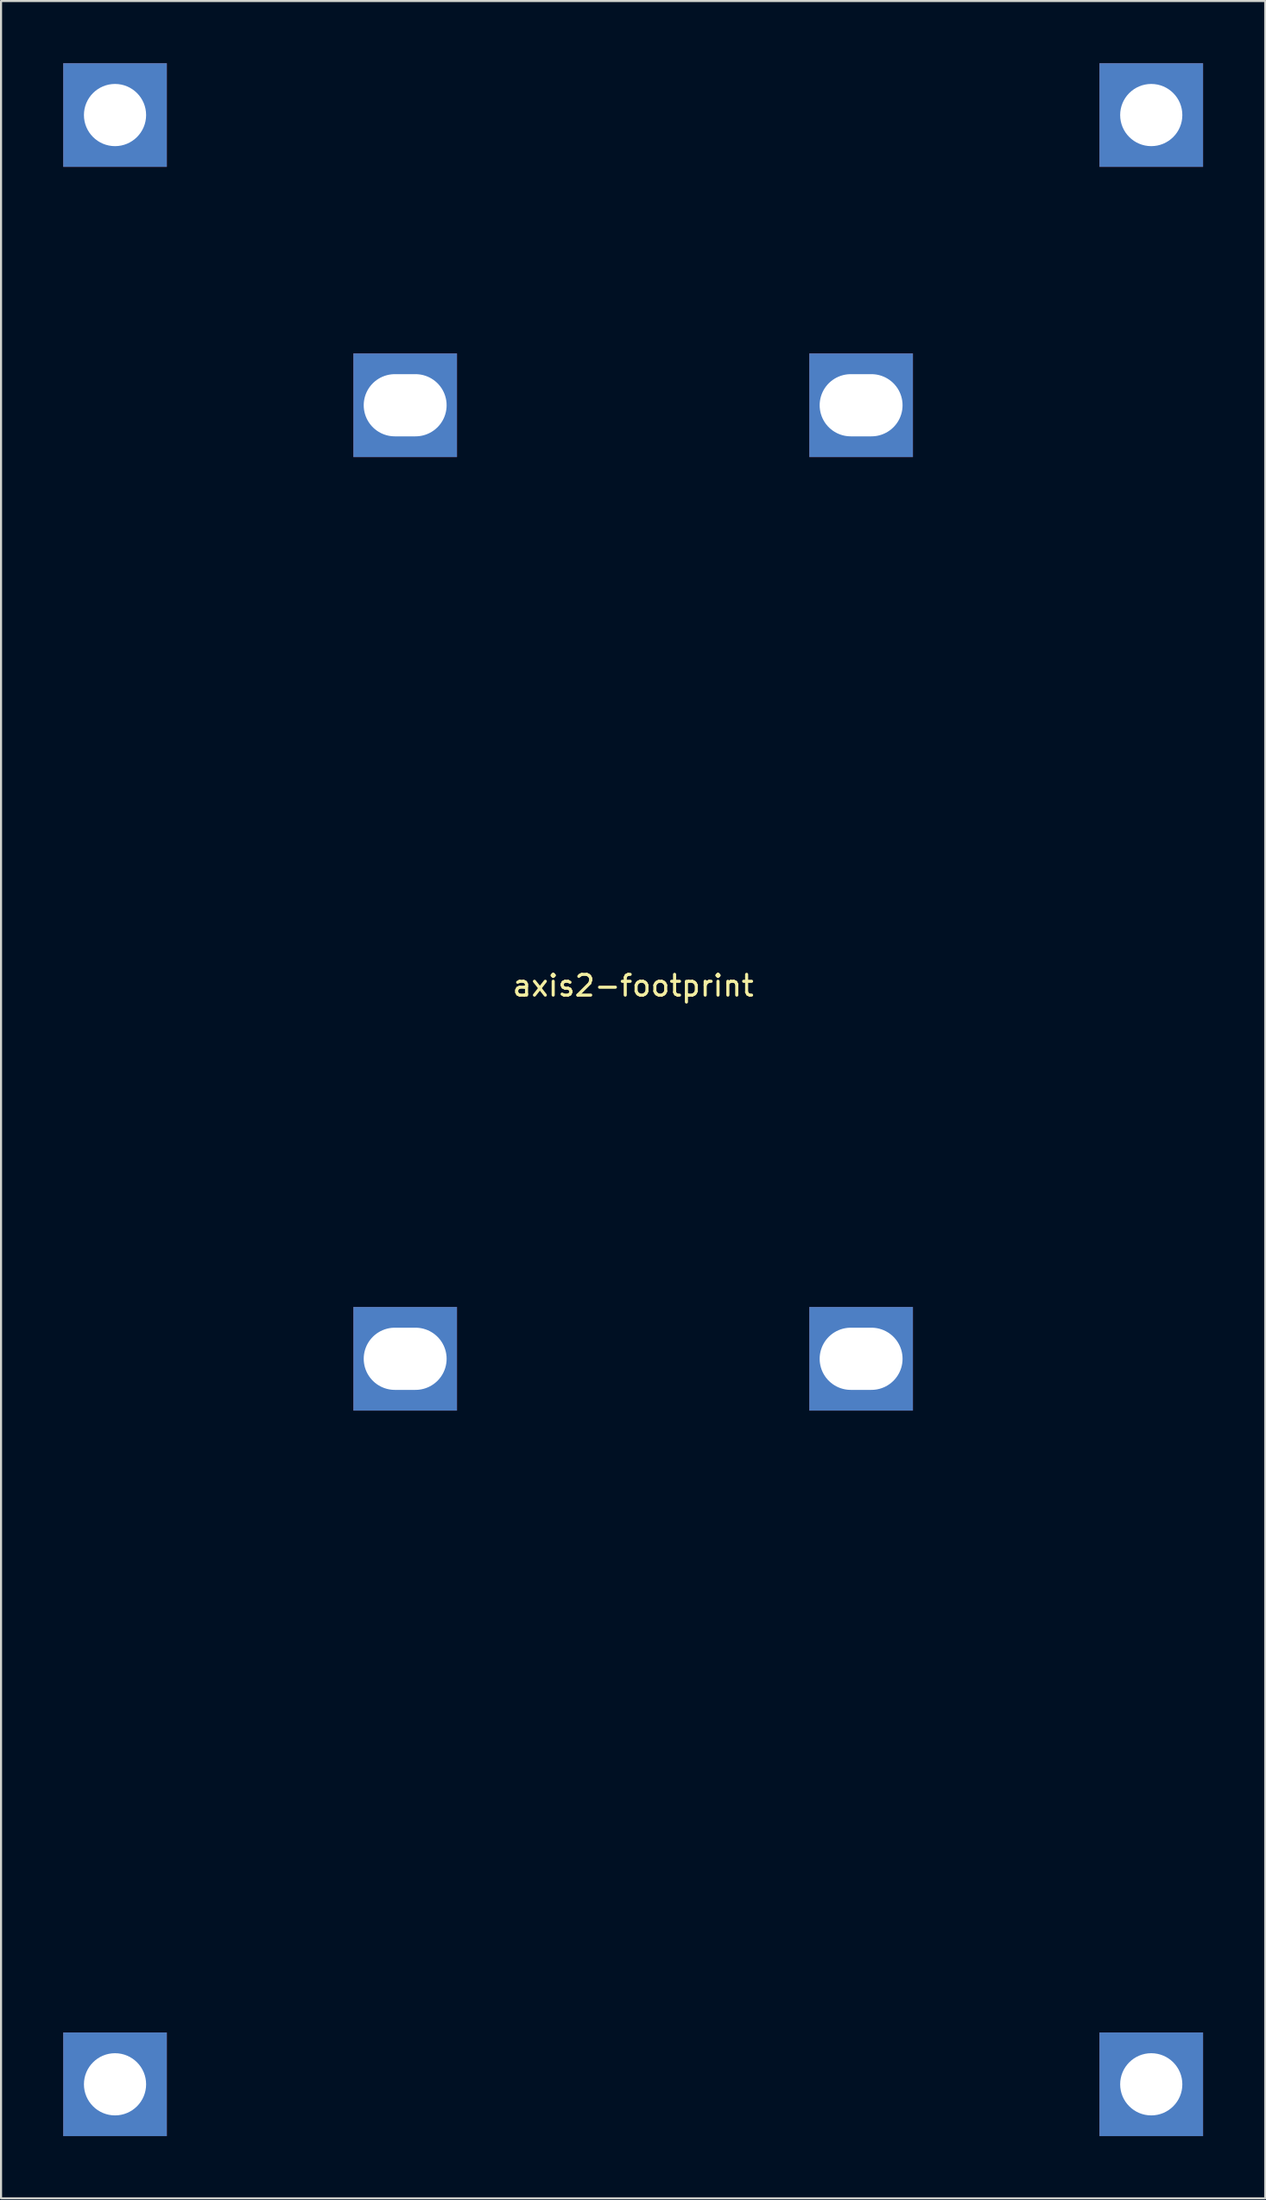
<source format=kicad_pcb>
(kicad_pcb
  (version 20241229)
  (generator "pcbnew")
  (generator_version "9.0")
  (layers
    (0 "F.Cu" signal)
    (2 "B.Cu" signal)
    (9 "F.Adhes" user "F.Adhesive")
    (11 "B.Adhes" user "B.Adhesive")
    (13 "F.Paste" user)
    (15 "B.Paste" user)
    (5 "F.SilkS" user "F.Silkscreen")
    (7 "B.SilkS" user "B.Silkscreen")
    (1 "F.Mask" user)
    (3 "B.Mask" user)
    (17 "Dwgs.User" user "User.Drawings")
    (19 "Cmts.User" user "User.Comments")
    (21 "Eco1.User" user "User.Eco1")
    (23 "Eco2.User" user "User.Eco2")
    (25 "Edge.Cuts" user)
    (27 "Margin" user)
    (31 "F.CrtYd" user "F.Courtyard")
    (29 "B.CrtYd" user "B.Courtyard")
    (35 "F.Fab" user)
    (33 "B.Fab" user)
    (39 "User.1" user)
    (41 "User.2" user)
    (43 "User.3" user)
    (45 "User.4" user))
  (footprint "axis2-footprint"
    (layer "F.Cu")
    (at 27.5 47.5)
    (property "Reference" "axis2-footprint" (at 0 -3 0) (layer "F.SilkS") (effects (font (size 1 1) (thickness 0.15))))
    (attr through_hole)
    (pad "1" thru_hole rect (at -11 -31) (size 5 5) (drill oval 4 3) (layers "*.Cu" "*.Mask"))
    (pad "2" thru_hole rect (at 11 -31) (size 5 5) (drill oval 4 3) (layers "*.Cu" "*.Mask"))
    (pad "3" thru_hole rect (at -11 15) (size 5 5) (drill oval 4 3) (layers "*.Cu" "*.Mask"))
    (pad "4" thru_hole rect (at 11 15) (size 5 5) (drill oval 4 3) (layers "*.Cu" "*.Mask"))
    (pad "5" thru_hole rect (at 25 -45) (size 5 5) (drill 3) (layers "*.Cu" "*.Mask"))
    (pad "6" thru_hole rect (at -25 -45) (size 5 5) (drill 3) (layers "*.Cu" "*.Mask"))
    (pad "7" thru_hole rect (at 25 50) (size 5 5) (drill 3) (layers "*.Cu" "*.Mask"))
    (pad "8" thru_hole rect (at -25 50) (size 5 5) (drill 3) (layers "*.Cu" "*.Mask")))
  (gr_rect
    (start -3 -3)
    (end 58 103)
    (stroke (width 0.1) (type default))
    (fill no)
    (layer "Edge.Cuts")))
</source>
